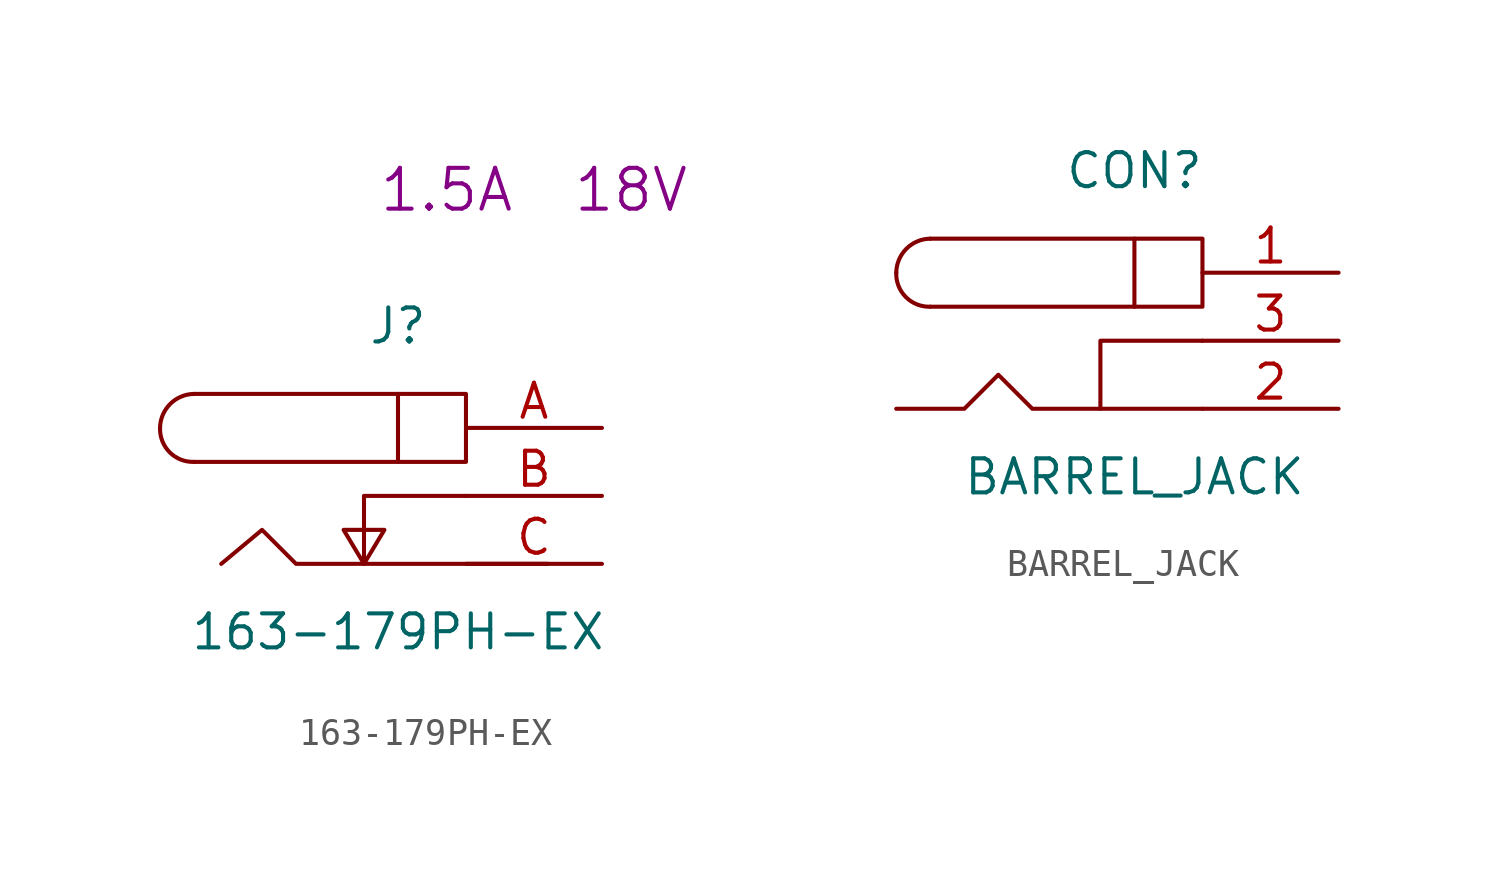
<source format=kicad_sym>
(kicad_symbol_lib
  (version 20220914)
  (generator kicad_symbol_editor)
  (symbol "163-179PH-EX"
    (pin_names
      (offset 1.016) hide)
    (property "Reference" "J"
      (at 0 6.35 0)
      (effects (font (size 1.27 1.27))))
    (property "Value" "163-179PH-EX"
      (at 0 -5.08 0)
      (effects (font (size 1.27 1.27))))
    (property "Rating" "1.5A  18V"
      (at 5.08 11.43 0)
      (effects (font (size 1.524 1.524))))
    (symbol "163-179PH-EX_0_1"
      (arc (start -8.89 2.54) (mid -8.5271 1.6254) (end -7.62 1.27) (stroke (width 0) (type solid)) (fill (type none)))
      (arc (start -7.62 3.81) (mid -8.5088 3.4366) (end -8.89 2.54) (stroke (width 0) (type solid)) (fill (type none)))
      (polyline (pts (xy -7.62 1.27) (xy 0 1.27)) (stroke (width 0) (type solid)) (fill (type none)))
      (polyline (pts (xy 0 3.81) (xy -7.62 3.81)) (stroke (width 0) (type solid)) (fill (type none)))
      (polyline (pts (xy 2.54 0) (xy -1.27 0) (xy -1.27 -2.54)) (stroke (width 0) (type solid)) (fill (type none)))
      (polyline (pts (xy -6.604 -2.54) (xy -5.08 -1.27) (xy -3.81 -2.54) (xy 5.588 -2.54)) (stroke (width 0) (type solid)) (fill (type none)))
      (polyline (pts (xy -1.27 -2.54) (xy -0.508 -1.27) (xy -2.032 -1.27) (xy -1.27 -2.54)) (stroke (width 0) (type solid)) (fill (type none)))
      (rectangle (start 2.54 3.81) (end 0 1.27) (stroke (width 0) (type solid)) (fill (type none))))
    (symbol "163-179PH-EX_1_1"
      (pin passive line (at 7.62 2.54 180) (length 5.08) (name "A" (effects (font (size 1.27 1.27)))) (number "A" (effects (font (size 1.27 1.27)))))
      (pin passive line (at 7.62 0 180) (length 5.08) (name "B" (effects (font (size 1.27 1.27)))) (number "B" (effects (font (size 1.27 1.27)))))
      (pin passive line (at 7.62 -2.54 180) (length 5.08) (name "C" (effects (font (size 1.27 1.27)))) (number "C" (effects (font (size 1.27 1.27)))))))
  (symbol "BARREL_JACK"
    (pin_names
      (offset 1.016))
    (property "Reference" "CON"
      (at 0 6.35 0)
      (effects (font (size 1.27 1.27))))
    (property "Value" "BARREL_JACK"
      (at 0 -5.08 0)
      (effects (font (size 1.27 1.27))))
    (symbol "BARREL_JACK_0_1"
      (arc (start -8.89 2.54) (mid -8.5271 1.6254) (end -7.62 1.27) (stroke (width 0) (type solid)) (fill (type none)))
      (arc (start -7.62 3.81) (mid -8.5088 3.4366) (end -8.89 2.54) (stroke (width 0) (type solid)) (fill (type none)))
      (polyline (pts (xy -7.62 1.27) (xy 0 1.27)) (stroke (width 0) (type solid)) (fill (type none)))
      (polyline (pts (xy 0 3.81) (xy -7.62 3.81)) (stroke (width 0) (type solid)) (fill (type none)))
      (polyline (pts (xy 2.54 0) (xy -1.27 0) (xy -1.27 -2.54)) (stroke (width 0) (type solid)) (fill (type none)))
      (polyline (pts (xy 2.54 -2.54) (xy -3.81 -2.54) (xy -5.08 -1.27) (xy -6.35 -2.54) (xy -8.89 -2.54)) (stroke (width 0) (type solid)) (fill (type none)))
      (rectangle (start 2.54 3.81) (end 0 1.27) (stroke (width 0) (type solid)) (fill (type none))))
    (symbol "BARREL_JACK_1_1"
      (pin passive line (at 7.62 2.54 180) (length 5.08) (name "~" (effects (font (size 1.27 1.27)))) (number "1" (effects (font (size 1.27 1.27)))))
      (pin passive line (at 7.62 -2.54 180) (length 5.08) (name "~" (effects (font (size 1.27 1.27)))) (number "2" (effects (font (size 1.27 1.27)))))
      (pin passive line (at 7.62 0 180) (length 5.08) (name "~" (effects (font (size 1.27 1.27)))) (number "3" (effects (font (size 1.27 1.27))))))))
</source>
